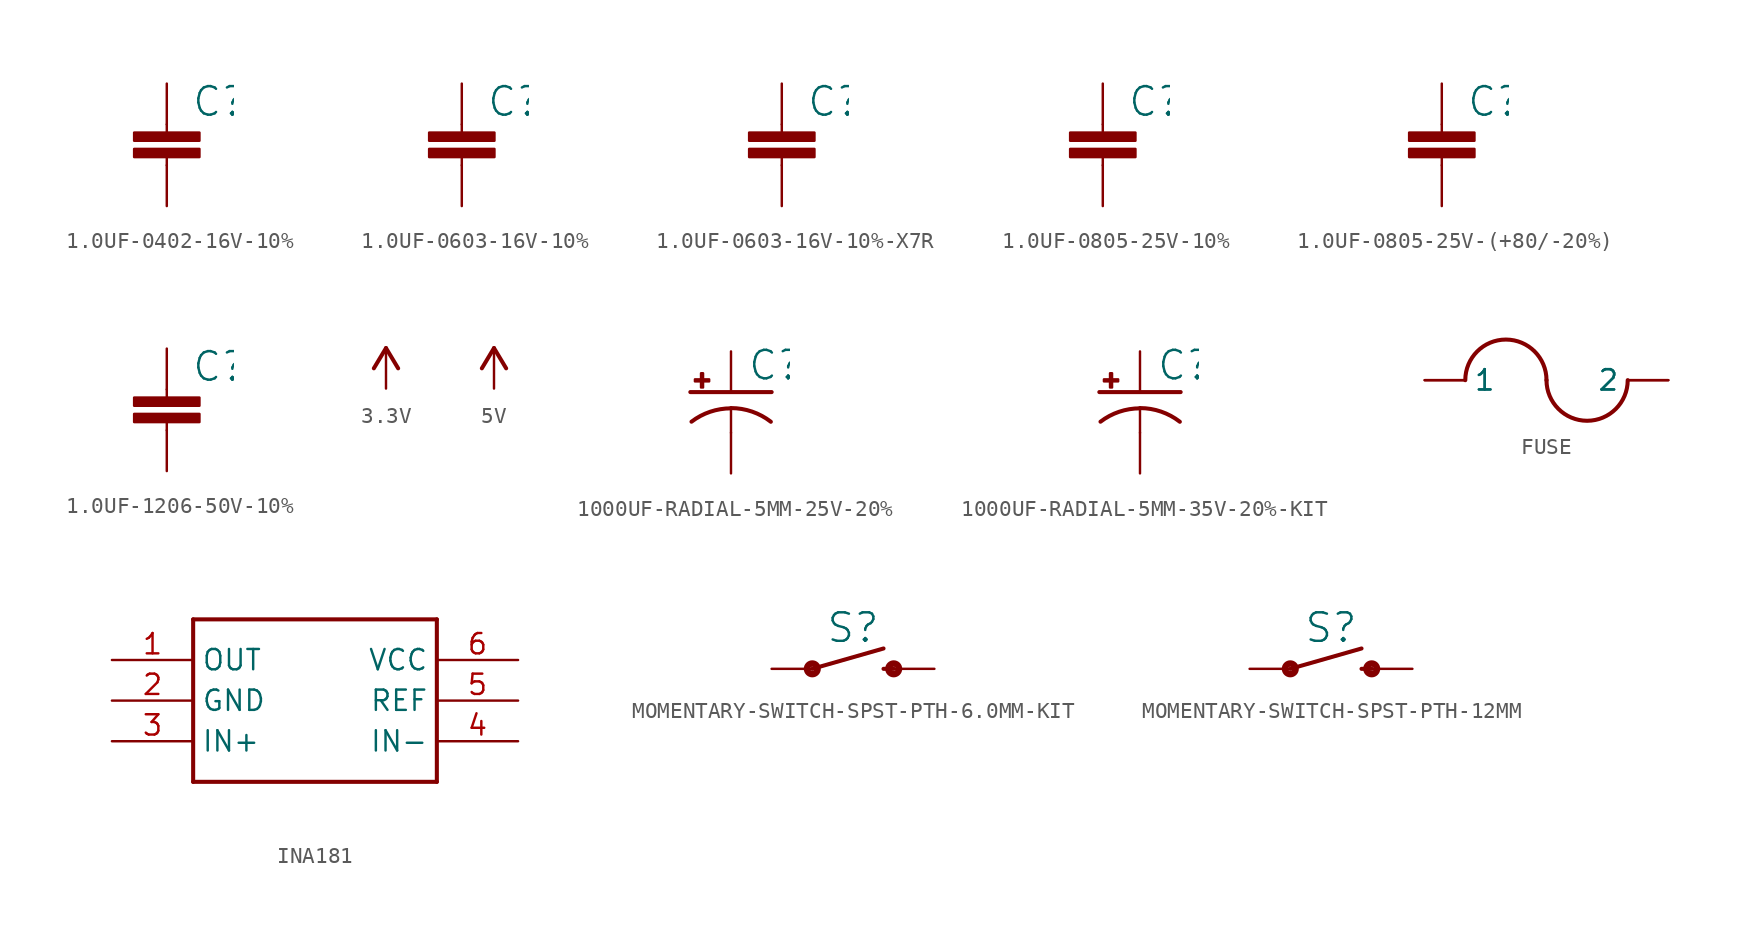
<source format=kicad_sym>
(kicad_symbol_lib
  (version 20231120)
  (generator "kicad_symbol_editor")
  (generator_version "8.0")
  (symbol "1.0UF-0402-16V-10%"
    (property "Reference" "C"
      (at 1.524 2.921 0)
      (effects (font (size 1.778 1.778)) (justify left bottom)))
    (property "Value" ""
      (at 1.524 -2.159 0)
      (effects (font (size 1.778 1.778)) (justify left bottom)))
    (property "ki_locked" ""
      (at 0 0 0)
      (effects (font (size 1.27 1.27))))
    (symbol "1.0UF-0402-16V-10%_1_0"
      (rectangle (start -2.032 0.508) (end 2.032 1.016) (stroke (width 0) (type default)) (fill (type outline)))
      (rectangle (start -2.032 1.524) (end 2.032 2.032) (stroke (width 0) (type default)) (fill (type outline)))
      (polyline (pts (xy 0 0) (xy 0 0.508)) (stroke (width 0.152) (type solid)) (fill (type none)))
      (polyline (pts (xy 0 2.54) (xy 0 2.032)) (stroke (width 0.152) (type solid)) (fill (type none)))
      (pin passive line (at 0 5.08 270) (length 2.54) (name "1" (effects (font (size 0 0)))) (number "1" (effects (font (size 0 0)))))
      (pin passive line (at 0 -2.54 90) (length 2.54) (name "2" (effects (font (size 0 0)))) (number "2" (effects (font (size 0 0)))))))
  (symbol "1.0UF-0603-16V-10%"
    (property "Reference" "C"
      (at 1.524 2.921 0)
      (effects (font (size 1.778 1.778)) (justify left bottom)))
    (property "Value" ""
      (at 1.524 -2.159 0)
      (effects (font (size 1.778 1.778)) (justify left bottom)))
    (property "ki_locked" ""
      (at 0 0 0)
      (effects (font (size 1.27 1.27))))
    (symbol "1.0UF-0603-16V-10%_1_0"
      (rectangle (start -2.032 0.508) (end 2.032 1.016) (stroke (width 0) (type default)) (fill (type outline)))
      (rectangle (start -2.032 1.524) (end 2.032 2.032) (stroke (width 0) (type default)) (fill (type outline)))
      (polyline (pts (xy 0 0) (xy 0 0.508)) (stroke (width 0.152) (type solid)) (fill (type none)))
      (polyline (pts (xy 0 2.54) (xy 0 2.032)) (stroke (width 0.152) (type solid)) (fill (type none)))
      (pin passive line (at 0 5.08 270) (length 2.54) (name "1" (effects (font (size 0 0)))) (number "1" (effects (font (size 0 0)))))
      (pin passive line (at 0 -2.54 90) (length 2.54) (name "2" (effects (font (size 0 0)))) (number "2" (effects (font (size 0 0)))))))
  (symbol "1.0UF-0603-16V-10%-X7R"
    (property "Reference" "C"
      (at 1.524 2.921 0)
      (effects (font (size 1.778 1.778)) (justify left bottom)))
    (property "Value" ""
      (at 1.524 -2.159 0)
      (effects (font (size 1.778 1.778)) (justify left bottom)))
    (property "ki_locked" ""
      (at 0 0 0)
      (effects (font (size 1.27 1.27))))
    (symbol "1.0UF-0603-16V-10%-X7R_1_0"
      (rectangle (start -2.032 0.508) (end 2.032 1.016) (stroke (width 0) (type default)) (fill (type outline)))
      (rectangle (start -2.032 1.524) (end 2.032 2.032) (stroke (width 0) (type default)) (fill (type outline)))
      (polyline (pts (xy 0 0) (xy 0 0.508)) (stroke (width 0.152) (type solid)) (fill (type none)))
      (polyline (pts (xy 0 2.54) (xy 0 2.032)) (stroke (width 0.152) (type solid)) (fill (type none)))
      (pin passive line (at 0 5.08 270) (length 2.54) (name "1" (effects (font (size 0 0)))) (number "1" (effects (font (size 0 0)))))
      (pin passive line (at 0 -2.54 90) (length 2.54) (name "2" (effects (font (size 0 0)))) (number "2" (effects (font (size 0 0)))))))
  (symbol "1.0UF-0805-25V-10%"
    (property "Reference" "C"
      (at 1.524 2.921 0)
      (effects (font (size 1.778 1.778)) (justify left bottom)))
    (property "Value" ""
      (at 1.524 -2.159 0)
      (effects (font (size 1.778 1.778)) (justify left bottom)))
    (property "ki_locked" ""
      (at 0 0 0)
      (effects (font (size 1.27 1.27))))
    (symbol "1.0UF-0805-25V-10%_1_0"
      (rectangle (start -2.032 0.508) (end 2.032 1.016) (stroke (width 0) (type default)) (fill (type outline)))
      (rectangle (start -2.032 1.524) (end 2.032 2.032) (stroke (width 0) (type default)) (fill (type outline)))
      (polyline (pts (xy 0 0) (xy 0 0.508)) (stroke (width 0.152) (type solid)) (fill (type none)))
      (polyline (pts (xy 0 2.54) (xy 0 2.032)) (stroke (width 0.152) (type solid)) (fill (type none)))
      (pin passive line (at 0 5.08 270) (length 2.54) (name "1" (effects (font (size 0 0)))) (number "1" (effects (font (size 0 0)))))
      (pin passive line (at 0 -2.54 90) (length 2.54) (name "2" (effects (font (size 0 0)))) (number "2" (effects (font (size 0 0)))))))
  (symbol "1.0UF-0805-25V-(+80/-20%)"
    (property "Reference" "C"
      (at 1.524 2.921 0)
      (effects (font (size 1.778 1.778)) (justify left bottom)))
    (property "Value" ""
      (at 1.524 -2.159 0)
      (effects (font (size 1.778 1.778)) (justify left bottom)))
    (property "ki_locked" ""
      (at 0 0 0)
      (effects (font (size 1.27 1.27))))
    (symbol "1.0UF-0805-25V-(+80/-20%)_1_0"
      (rectangle (start -2.032 0.508) (end 2.032 1.016) (stroke (width 0) (type default)) (fill (type outline)))
      (rectangle (start -2.032 1.524) (end 2.032 2.032) (stroke (width 0) (type default)) (fill (type outline)))
      (polyline (pts (xy 0 0) (xy 0 0.508)) (stroke (width 0.152) (type solid)) (fill (type none)))
      (polyline (pts (xy 0 2.54) (xy 0 2.032)) (stroke (width 0.152) (type solid)) (fill (type none)))
      (pin passive line (at 0 5.08 270) (length 2.54) (name "1" (effects (font (size 0 0)))) (number "1" (effects (font (size 0 0)))))
      (pin passive line (at 0 -2.54 90) (length 2.54) (name "2" (effects (font (size 0 0)))) (number "2" (effects (font (size 0 0)))))))
  (symbol "1.0UF-1206-50V-10%"
    (property "Reference" "C"
      (at 1.524 2.921 0)
      (effects (font (size 1.778 1.778)) (justify left bottom)))
    (property "Value" ""
      (at 1.524 -2.159 0)
      (effects (font (size 1.778 1.778)) (justify left bottom)))
    (property "ki_locked" ""
      (at 0 0 0)
      (effects (font (size 1.27 1.27))))
    (symbol "1.0UF-1206-50V-10%_1_0"
      (rectangle (start -2.032 0.508) (end 2.032 1.016) (stroke (width 0) (type default)) (fill (type outline)))
      (rectangle (start -2.032 1.524) (end 2.032 2.032) (stroke (width 0) (type default)) (fill (type outline)))
      (polyline (pts (xy 0 0) (xy 0 0.508)) (stroke (width 0.152) (type solid)) (fill (type none)))
      (polyline (pts (xy 0 2.54) (xy 0 2.032)) (stroke (width 0.152) (type solid)) (fill (type none)))
      (pin passive line (at 0 5.08 270) (length 2.54) (name "1" (effects (font (size 0 0)))) (number "1" (effects (font (size 0 0)))))
      (pin passive line (at 0 -2.54 90) (length 2.54) (name "2" (effects (font (size 0 0)))) (number "2" (effects (font (size 0 0)))))))
  (symbol "3.3V"
    (power)
    (property "Reference" "#SUPPLY"
      (at 0 0 0)
      (effects (font (size 1.27 1.27)) (hide yes)))
    (property "Value" ""
      (at 0 2.794 0)
      (effects (font (size 1.778 1.511)) (justify bottom)))
    (property "ki_locked" ""
      (at 0 0 0)
      (effects (font (size 1.27 1.27))))
    (symbol "3.3V_1_0"
      (polyline (pts (xy 0 2.54) (xy -0.762 1.27)) (stroke (width 0.254) (type solid)) (fill (type none)))
      (polyline (pts (xy 0.762 1.27) (xy 0 2.54)) (stroke (width 0.254) (type solid)) (fill (type none)))
      (pin power_in line (at 0 0 90) (length 2.54) (name "3.3V" (effects (font (size 0 0)))) (number "1" (effects (font (size 0 0)))))))
  (symbol "5V"
    (power)
    (property "Reference" "#SUPPLY"
      (at 0 0 0)
      (effects (font (size 1.27 1.27)) (hide yes)))
    (property "Value" ""
      (at 0 2.794 0)
      (effects (font (size 1.778 1.511)) (justify bottom)))
    (property "ki_locked" ""
      (at 0 0 0)
      (effects (font (size 1.27 1.27))))
    (symbol "5V_1_0"
      (polyline (pts (xy 0 2.54) (xy -0.762 1.27)) (stroke (width 0.254) (type solid)) (fill (type none)))
      (polyline (pts (xy 0.762 1.27) (xy 0 2.54)) (stroke (width 0.254) (type solid)) (fill (type none)))
      (pin power_in line (at 0 0 90) (length 2.54) (name "5V" (effects (font (size 0 0)))) (number "1" (effects (font (size 0 0)))))))
  (symbol "1000UF-RADIAL-5MM-25V-20%"
    (property "Reference" "C"
      (at 1.016 0.635 0)
      (effects (font (size 1.778 1.778)) (justify left bottom)))
    (property "Value" ""
      (at 1.016 -4.191 0)
      (effects (font (size 1.778 1.778)) (justify left bottom)))
    (property "ki_locked" ""
      (at 0 0 0)
      (effects (font (size 1.27 1.27))))
    (symbol "1000UF-RADIAL-5MM-25V-20%_1_0"
      (rectangle (start -2.253 0.668) (end -1.364 0.795) (stroke (width 0) (type default)) (fill (type outline)))
      (rectangle (start -1.872 0.287) (end -1.745 1.176) (stroke (width 0) (type default)) (fill (type outline)))
      (arc (start 0 -1.0161) (mid -1.3021 -1.2303) (end -2.4669 -1.8504) (stroke (width 0.254) (type solid)) (fill (type none)))
      (polyline (pts (xy -2.54 0) (xy 2.54 0)) (stroke (width 0.254) (type solid)) (fill (type none)))
      (polyline (pts (xy 0 -1.016) (xy 0 -2.54)) (stroke (width 0.152) (type solid)) (fill (type none)))
      (arc (start 2.4892 -1.8541) (mid 1.3158 -1.2194) (end 0 -1) (stroke (width 0.254) (type solid)) (fill (type none)))
      (pin passive line (at 0 2.54 270) (length 2.54) (name "+" (effects (font (size 0 0)))) (number "+" (effects (font (size 0 0)))))
      (pin passive line (at 0 -5.08 90) (length 2.54) (name "-" (effects (font (size 0 0)))) (number "-" (effects (font (size 0 0)))))))
  (symbol "1000UF-RADIAL-5MM-35V-20%-KIT"
    (property "Reference" "C"
      (at 1.016 0.635 0)
      (effects (font (size 1.778 1.778)) (justify left bottom)))
    (property "Value" ""
      (at 1.016 -4.191 0)
      (effects (font (size 1.778 1.778)) (justify left bottom)))
    (property "ki_locked" ""
      (at 0 0 0)
      (effects (font (size 1.27 1.27))))
    (symbol "1000UF-RADIAL-5MM-35V-20%-KIT_1_0"
      (rectangle (start -2.253 0.668) (end -1.364 0.795) (stroke (width 0) (type default)) (fill (type outline)))
      (rectangle (start -1.872 0.287) (end -1.745 1.176) (stroke (width 0) (type default)) (fill (type outline)))
      (arc (start 0 -1.0161) (mid -1.3021 -1.2303) (end -2.4669 -1.8504) (stroke (width 0.254) (type solid)) (fill (type none)))
      (polyline (pts (xy -2.54 0) (xy 2.54 0)) (stroke (width 0.254) (type solid)) (fill (type none)))
      (polyline (pts (xy 0 -1.016) (xy 0 -2.54)) (stroke (width 0.152) (type solid)) (fill (type none)))
      (arc (start 2.4892 -1.8541) (mid 1.3158 -1.2194) (end 0 -1) (stroke (width 0.254) (type solid)) (fill (type none)))
      (pin passive line (at 0 2.54 270) (length 2.54) (name "+" (effects (font (size 0 0)))) (number "+" (effects (font (size 0 0)))))
      (pin passive line (at 0 -5.08 90) (length 2.54) (name "-" (effects (font (size 0 0)))) (number "-" (effects (font (size 0 0)))))))
  (symbol "FUSE"
    (property "Reference" ""
      (at 0 2.54 0)
      (effects (font (size 1.778 1.511)) (justify left bottom) (hide yes)))
    (property "ki_locked" ""
      (at 0 0 0)
      (effects (font (size 1.27 1.27))))
    (symbol "FUSE_1_0"
      (arc (start 0 0) (mid -2.54 2.54) (end -5.08 0) (stroke (width 0.254) (type solid)) (fill (type none)))
      (arc (start 0 0) (mid 2.54 -2.54) (end 5.08 0) (stroke (width 0.254) (type solid)) (fill (type none)))
      (pin bidirectional line (at -7.62 0 0) (length 2.54) (name "1" (effects (font (size 1.27 1.27)))) (number "1A" (effects (font (size 0 0)))))
      (pin bidirectional line (at -7.62 0 0) (length 2.54) (name "1" (effects (font (size 1.27 1.27)))) (number "1B" (effects (font (size 0 0)))))
      (pin bidirectional line (at 7.62 0 180) (length 2.54) (name "2" (effects (font (size 1.27 1.27)))) (number "2A" (effects (font (size 0 0)))))
      (pin bidirectional line (at 7.62 0 180) (length 2.54) (name "2" (effects (font (size 1.27 1.27)))) (number "2B" (effects (font (size 0 0)))))))
  (symbol "INA181"
    (property "Reference" ""
      (at -7.62 5.588 0)
      (effects (font (size 1.778 1.511)) (justify left bottom) (hide yes)))
    (property "Value" ""
      (at -7.62 -7.366 0)
      (effects (font (size 1.778 1.511)) (justify left bottom)))
    (property "ki_locked" ""
      (at 0 0 0)
      (effects (font (size 1.27 1.27))))
    (symbol "INA181_1_0"
      (polyline (pts (xy -7.62 -5.08) (xy 7.62 -5.08)) (stroke (width 0.254) (type solid)) (fill (type none)))
      (polyline (pts (xy -7.62 5.08) (xy -7.62 -5.08)) (stroke (width 0.254) (type solid)) (fill (type none)))
      (polyline (pts (xy 7.62 -5.08) (xy 7.62 5.08)) (stroke (width 0.254) (type solid)) (fill (type none)))
      (polyline (pts (xy 7.62 5.08) (xy -7.62 5.08)) (stroke (width 0.254) (type solid)) (fill (type none)))
      (pin bidirectional line (at -12.7 2.54 0) (length 5.08) (name "OUT" (effects (font (size 1.27 1.27)))) (number "1" (effects (font (size 1.27 1.27)))))
      (pin bidirectional line (at -12.7 0 0) (length 5.08) (name "GND" (effects (font (size 1.27 1.27)))) (number "2" (effects (font (size 1.27 1.27)))))
      (pin bidirectional line (at -12.7 -2.54 0) (length 5.08) (name "IN+" (effects (font (size 1.27 1.27)))) (number "3" (effects (font (size 1.27 1.27)))))
      (pin bidirectional line (at 12.7 -2.54 180) (length 5.08) (name "IN-" (effects (font (size 1.27 1.27)))) (number "4" (effects (font (size 1.27 1.27)))))
      (pin bidirectional line (at 12.7 0 180) (length 5.08) (name "REF" (effects (font (size 1.27 1.27)))) (number "5" (effects (font (size 1.27 1.27)))))
      (pin bidirectional line (at 12.7 2.54 180) (length 5.08) (name "VCC" (effects (font (size 1.27 1.27)))) (number "6" (effects (font (size 1.27 1.27)))))))
  (symbol "MOMENTARY-SWITCH-SPST-PTH-6.0MM-KIT"
    (property "Reference" "S"
      (at 0 1.524 0)
      (effects (font (size 1.778 1.778)) (justify bottom)))
    (property "Value" ""
      (at 0 -0.508 0)
      (effects (font (size 1.778 1.778)) (justify top)))
    (property "ki_locked" ""
      (at 0 0 0)
      (effects (font (size 1.27 1.27))))
    (symbol "MOMENTARY-SWITCH-SPST-PTH-6.0MM-KIT_1_0"
      (circle (center -2.54 0) (radius 0.127) (stroke (width 0.406) (type solid)) (fill (type none)))
      (polyline (pts (xy -2.54 0) (xy 1.905 1.27)) (stroke (width 0.254) (type solid)) (fill (type none)))
      (polyline (pts (xy 1.905 0) (xy 2.54 0)) (stroke (width 0.254) (type solid)) (fill (type none)))
      (circle (center 2.54 0) (radius 0.127) (stroke (width 0.406) (type solid)) (fill (type none)))
      (pin passive line (at -5.08 0 0) (length 2.54) (name "1" (effects (font (size 0 0)))) (number "1" (effects (font (size 0 0)))))
      (pin passive line (at 5.08 0 180) (length 2.54) (name "2" (effects (font (size 0 0)))) (number "3" (effects (font (size 0 0)))))))
  (symbol "MOMENTARY-SWITCH-SPST-PTH-12MM"
    (property "Reference" "S"
      (at 0 1.524 0)
      (effects (font (size 1.778 1.778)) (justify bottom)))
    (property "Value" ""
      (at 0 -0.508 0)
      (effects (font (size 1.778 1.778)) (justify top)))
    (property "ki_locked" ""
      (at 0 0 0)
      (effects (font (size 1.27 1.27))))
    (symbol "MOMENTARY-SWITCH-SPST-PTH-12MM_1_0"
      (circle (center -2.54 0) (radius 0.127) (stroke (width 0.406) (type solid)) (fill (type none)))
      (polyline (pts (xy -2.54 0) (xy 1.905 1.27)) (stroke (width 0.254) (type solid)) (fill (type none)))
      (polyline (pts (xy 1.905 0) (xy 2.54 0)) (stroke (width 0.254) (type solid)) (fill (type none)))
      (circle (center 2.54 0) (radius 0.127) (stroke (width 0.406) (type solid)) (fill (type none)))
      (pin passive line (at -5.08 0 0) (length 2.54) (name "1" (effects (font (size 0 0)))) (number "1" (effects (font (size 0 0)))))
      (pin passive line (at 5.08 0 180) (length 2.54) (name "2" (effects (font (size 0 0)))) (number "3" (effects (font (size 0 0))))))))
</source>
